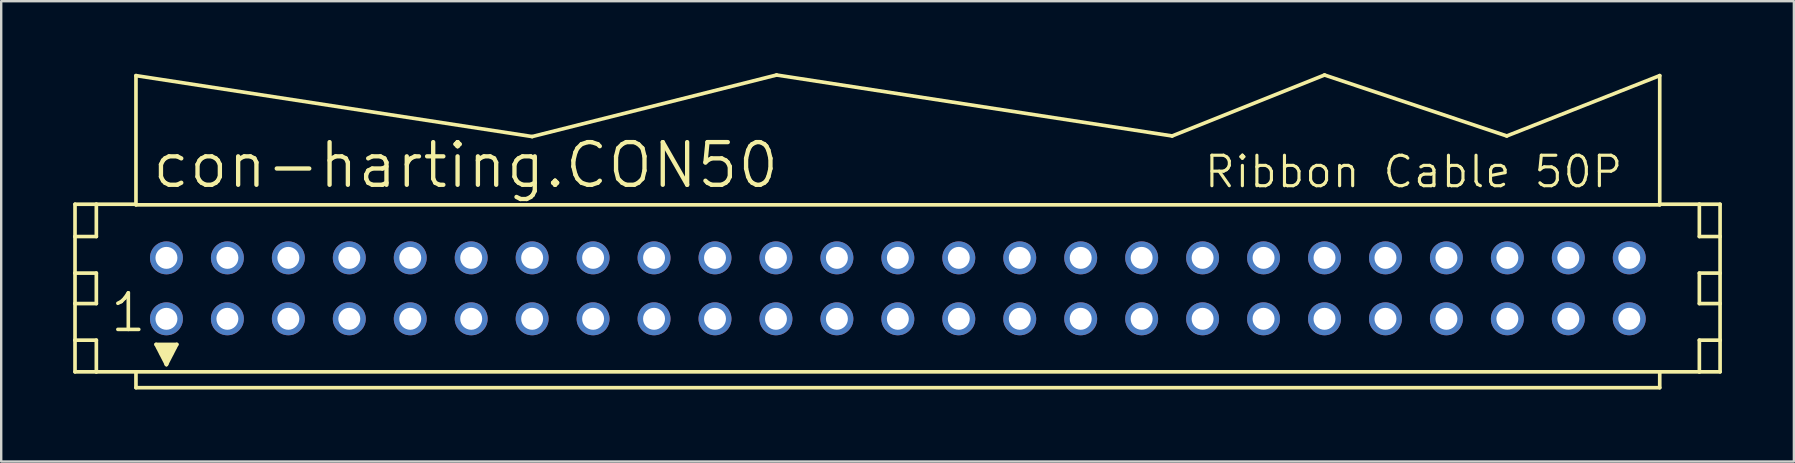
<source format=kicad_pcb>
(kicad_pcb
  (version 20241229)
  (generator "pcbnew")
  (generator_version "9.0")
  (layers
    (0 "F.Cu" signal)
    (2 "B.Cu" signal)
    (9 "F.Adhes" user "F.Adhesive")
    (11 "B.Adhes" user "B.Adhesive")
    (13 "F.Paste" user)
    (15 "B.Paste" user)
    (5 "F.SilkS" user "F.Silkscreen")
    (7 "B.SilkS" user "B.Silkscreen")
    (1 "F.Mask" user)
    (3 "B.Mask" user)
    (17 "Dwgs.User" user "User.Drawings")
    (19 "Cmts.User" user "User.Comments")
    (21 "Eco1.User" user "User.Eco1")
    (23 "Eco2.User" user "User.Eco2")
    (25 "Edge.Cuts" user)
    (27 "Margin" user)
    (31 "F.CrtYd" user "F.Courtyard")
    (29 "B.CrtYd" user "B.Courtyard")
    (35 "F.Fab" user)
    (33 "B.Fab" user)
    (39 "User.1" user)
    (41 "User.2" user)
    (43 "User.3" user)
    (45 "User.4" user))
  (footprint "con-harting.CON50"
    (layer "F.Cu")
    (at 34.366 8.966)
    (property "Reference" "con-harting.CON50" (at -31.166 -4.089 0) (layer "F.SilkS") (effects (font (size 1.778 1.778) (thickness 0.18)) (justify left bottom)))
    (attr through_hole)
    (fp_line (start -34.29 -3.505) (end -34.29 -2.159) (stroke (width 0.152) (type default)) (layer "F.SilkS"))
    (fp_line (start -34.29 -2.159) (end -34.29 -0.635) (stroke (width 0.152) (type default)) (layer "F.SilkS"))
    (fp_line (start -34.29 -2.159) (end -33.401 -2.159) (stroke (width 0.152) (type default)) (layer "F.SilkS"))
    (fp_line (start -34.29 -0.635) (end -34.29 0.635) (stroke (width 0.152) (type default)) (layer "F.SilkS"))
    (fp_line (start -34.29 -0.635) (end -33.401 -0.635) (stroke (width 0.152) (type default)) (layer "F.SilkS"))
    (fp_line (start -34.29 0.635) (end -34.29 2.159) (stroke (width 0.152) (type default)) (layer "F.SilkS"))
    (fp_line (start -34.29 0.635) (end -33.401 0.635) (stroke (width 0.152) (type default)) (layer "F.SilkS"))
    (fp_line (start -34.29 2.159) (end -34.29 3.48) (stroke (width 0.152) (type default)) (layer "F.SilkS"))
    (fp_line (start -34.29 2.159) (end -33.401 2.159) (stroke (width 0.152) (type default)) (layer "F.SilkS"))
    (fp_line (start -34.29 3.48) (end -33.401 3.48) (stroke (width 0.152) (type default)) (layer "F.SilkS"))
    (fp_line (start -33.401 -3.505) (end -34.29 -3.505) (stroke (width 0.152) (type default)) (layer "F.SilkS"))
    (fp_line (start -33.401 -3.505) (end -33.401 -2.159) (stroke (width 0.152) (type default)) (layer "F.SilkS"))
    (fp_line (start -33.401 -0.635) (end -33.401 0.635) (stroke (width 0.152) (type default)) (layer "F.SilkS"))
    (fp_line (start -33.401 2.159) (end -33.401 3.48) (stroke (width 0.152) (type default)) (layer "F.SilkS"))
    (fp_line (start -33.401 3.48) (end -31.75 3.48) (stroke (width 0.152) (type default)) (layer "F.SilkS"))
    (fp_line (start -31.75 -8.865) (end -15.24 -6.325) (stroke (width 0.152) (type default)) (layer "F.SilkS"))
    (fp_line (start -31.75 -3.505) (end -33.401 -3.505) (stroke (width 0.152) (type default)) (layer "F.SilkS"))
    (fp_line (start -31.75 -3.505) (end -31.75 -8.865) (stroke (width 0.152) (type default)) (layer "F.SilkS"))
    (fp_line (start -31.75 -3.48) (end -31.75 -3.505) (stroke (width 0.152) (type default)) (layer "F.SilkS"))
    (fp_line (start -31.75 3.48) (end -31.75 4.14) (stroke (width 0.152) (type default)) (layer "F.SilkS"))
    (fp_line (start -31.75 3.48) (end 31.75 3.48) (stroke (width 0.152) (type default)) (layer "F.SilkS"))
    (fp_line (start -31.75 4.14) (end 31.75 4.14) (stroke (width 0.152) (type default)) (layer "F.SilkS"))
    (fp_line (start -30.912 2.337) (end -30.048 2.337) (stroke (width 0.152) (type default)) (layer "F.SilkS"))
    (fp_line (start -30.48 3.175) (end -30.912 2.337) (stroke (width 0.152) (type default)) (layer "F.SilkS"))
    (fp_line (start -30.48 3.175) (end -30.48 2.921) (stroke (width 0.152) (type default)) (layer "F.SilkS"))
    (fp_line (start -30.048 2.337) (end -30.48 3.175) (stroke (width 0.152) (type default)) (layer "F.SilkS"))
    (fp_line (start -15.24 -6.325) (end -5.055 -8.89) (stroke (width 0.152) (type default)) (layer "F.SilkS"))
    (fp_line (start 11.43 -6.35) (end -5.055 -8.89) (stroke (width 0.152) (type default)) (layer "F.SilkS"))
    (fp_line (start 17.78 -8.89) (end 11.43 -6.35) (stroke (width 0.152) (type default)) (layer "F.SilkS"))
    (fp_line (start 25.375 -6.35) (end 17.78 -8.89) (stroke (width 0.152) (type default)) (layer "F.SilkS"))
    (fp_line (start 31.75 -8.865) (end 25.375 -6.35) (stroke (width 0.152) (type default)) (layer "F.SilkS"))
    (fp_line (start 31.75 -8.865) (end 31.75 -3.505) (stroke (width 0.152) (type default)) (layer "F.SilkS"))
    (fp_line (start 31.75 -3.505) (end 31.75 -3.48) (stroke (width 0.152) (type default)) (layer "F.SilkS"))
    (fp_line (start 31.75 -3.48) (end -31.75 -3.48) (stroke (width 0.152) (type default)) (layer "F.SilkS"))
    (fp_line (start 31.75 3.48) (end 33.401 3.48) (stroke (width 0.152) (type default)) (layer "F.SilkS"))
    (fp_line (start 31.75 4.14) (end 31.75 3.48) (stroke (width 0.152) (type default)) (layer "F.SilkS"))
    (fp_line (start 33.401 -3.505) (end 31.75 -3.505) (stroke (width 0.152) (type default)) (layer "F.SilkS"))
    (fp_line (start 33.401 -3.505) (end 33.401 -2.159) (stroke (width 0.152) (type default)) (layer "F.SilkS"))
    (fp_line (start 33.401 -2.159) (end 34.265 -2.159) (stroke (width 0.152) (type default)) (layer "F.SilkS"))
    (fp_line (start 33.401 -0.635) (end 33.401 0.635) (stroke (width 0.152) (type default)) (layer "F.SilkS"))
    (fp_line (start 33.401 -0.635) (end 34.265 -0.635) (stroke (width 0.152) (type default)) (layer "F.SilkS"))
    (fp_line (start 33.401 0.635) (end 34.265 0.635) (stroke (width 0.152) (type default)) (layer "F.SilkS"))
    (fp_line (start 33.401 2.159) (end 33.401 3.48) (stroke (width 0.152) (type default)) (layer "F.SilkS"))
    (fp_line (start 33.401 2.159) (end 34.265 2.159) (stroke (width 0.152) (type default)) (layer "F.SilkS"))
    (fp_line (start 33.401 3.48) (end 34.265 3.48) (stroke (width 0.152) (type default)) (layer "F.SilkS"))
    (fp_line (start 34.265 -3.505) (end 33.401 -3.505) (stroke (width 0.152) (type default)) (layer "F.SilkS"))
    (fp_line (start 34.265 -2.159) (end 34.265 -3.505) (stroke (width 0.152) (type default)) (layer "F.SilkS"))
    (fp_line (start 34.265 -0.635) (end 34.265 -2.159) (stroke (width 0.152) (type default)) (layer "F.SilkS"))
    (fp_line (start 34.265 0.635) (end 34.265 -0.635) (stroke (width 0.152) (type default)) (layer "F.SilkS"))
    (fp_line (start 34.265 2.159) (end 34.265 0.635) (stroke (width 0.152) (type default)) (layer "F.SilkS"))
    (fp_line (start 34.265 3.48) (end 34.265 2.159) (stroke (width 0.152) (type default)) (layer "F.SilkS"))
    (fp_rect (start -30.861 2.515) (end -30.48 2.388) (stroke (width 0.05) (type default)) (fill yes) (layer "F.SilkS"))
    (fp_rect (start -30.734 2.769) (end -30.226 2.515) (stroke (width 0.05) (type default)) (fill yes) (layer "F.SilkS"))
    (fp_rect (start -30.607 2.972) (end -30.353 2.718) (stroke (width 0.05) (type default)) (fill yes) (layer "F.SilkS"))
    (fp_rect (start -30.48 2.515) (end -30.099 2.388) (stroke (width 0.05) (type default)) (fill yes) (layer "F.SilkS"))
    (fp_text user "Ribbon Cable 50P" (at 12.7 -4.115 0) (layer "F.SilkS") (effects (font (size 1.27 1.27) (thickness 0.13)) (justify left bottom)))
    (fp_text user "1" (at -32.893 1.905 0) (layer "F.SilkS") (effects (font (size 1.524 1.524) (thickness 0.15)) (justify left bottom)))
    (pad "1" thru_hole circle (at -30.48 1.27) (size 1.372 1.372) (drill 0.914) (layers "*.Cu" "*.Mask"))
    (pad "2" thru_hole circle (at -30.48 -1.27) (size 1.372 1.372) (drill 0.914) (layers "*.Cu" "*.Mask"))
    (pad "3" thru_hole circle (at -27.94 1.27) (size 1.372 1.372) (drill 0.914) (layers "*.Cu" "*.Mask"))
    (pad "4" thru_hole circle (at -27.94 -1.27) (size 1.372 1.372) (drill 0.914) (layers "*.Cu" "*.Mask"))
    (pad "5" thru_hole circle (at -25.4 1.27) (size 1.372 1.372) (drill 0.914) (layers "*.Cu" "*.Mask"))
    (pad "6" thru_hole circle (at -25.4 -1.27) (size 1.372 1.372) (drill 0.914) (layers "*.Cu" "*.Mask"))
    (pad "7" thru_hole circle (at -22.86 1.27) (size 1.372 1.372) (drill 0.914) (layers "*.Cu" "*.Mask"))
    (pad "8" thru_hole circle (at -22.86 -1.27) (size 1.372 1.372) (drill 0.914) (layers "*.Cu" "*.Mask"))
    (pad "9" thru_hole circle (at -20.32 1.27) (size 1.372 1.372) (drill 0.914) (layers "*.Cu" "*.Mask"))
    (pad "10" thru_hole circle (at -20.32 -1.27) (size 1.372 1.372) (drill 0.914) (layers "*.Cu" "*.Mask"))
    (pad "11" thru_hole circle (at -17.78 1.27) (size 1.372 1.372) (drill 0.914) (layers "*.Cu" "*.Mask"))
    (pad "12" thru_hole circle (at -17.78 -1.27) (size 1.372 1.372) (drill 0.914) (layers "*.Cu" "*.Mask"))
    (pad "13" thru_hole circle (at -15.24 1.27) (size 1.372 1.372) (drill 0.914) (layers "*.Cu" "*.Mask"))
    (pad "14" thru_hole circle (at -15.24 -1.27) (size 1.372 1.372) (drill 0.914) (layers "*.Cu" "*.Mask"))
    (pad "15" thru_hole circle (at -12.7 1.27) (size 1.372 1.372) (drill 0.914) (layers "*.Cu" "*.Mask"))
    (pad "16" thru_hole circle (at -12.7 -1.27) (size 1.372 1.372) (drill 0.914) (layers "*.Cu" "*.Mask"))
    (pad "17" thru_hole circle (at -10.16 1.27) (size 1.372 1.372) (drill 0.914) (layers "*.Cu" "*.Mask"))
    (pad "18" thru_hole circle (at -10.16 -1.27) (size 1.372 1.372) (drill 0.914) (layers "*.Cu" "*.Mask"))
    (pad "19" thru_hole circle (at -7.62 1.27) (size 1.372 1.372) (drill 0.914) (layers "*.Cu" "*.Mask"))
    (pad "20" thru_hole circle (at -7.62 -1.27) (size 1.372 1.372) (drill 0.914) (layers "*.Cu" "*.Mask"))
    (pad "21" thru_hole circle (at -5.08 1.27) (size 1.372 1.372) (drill 0.914) (layers "*.Cu" "*.Mask"))
    (pad "22" thru_hole circle (at -5.08 -1.27) (size 1.372 1.372) (drill 0.914) (layers "*.Cu" "*.Mask"))
    (pad "23" thru_hole circle (at -2.54 1.27) (size 1.372 1.372) (drill 0.914) (layers "*.Cu" "*.Mask"))
    (pad "24" thru_hole circle (at -2.54 -1.27) (size 1.372 1.372) (drill 0.914) (layers "*.Cu" "*.Mask"))
    (pad "25" thru_hole circle (at 0 1.27) (size 1.372 1.372) (drill 0.914) (layers "*.Cu" "*.Mask"))
    (pad "26" thru_hole circle (at 0 -1.27) (size 1.372 1.372) (drill 0.914) (layers "*.Cu" "*.Mask"))
    (pad "27" thru_hole circle (at 2.54 1.27) (size 1.372 1.372) (drill 0.914) (layers "*.Cu" "*.Mask"))
    (pad "28" thru_hole circle (at 2.54 -1.27) (size 1.372 1.372) (drill 0.914) (layers "*.Cu" "*.Mask"))
    (pad "29" thru_hole circle (at 5.08 1.27) (size 1.372 1.372) (drill 0.914) (layers "*.Cu" "*.Mask"))
    (pad "30" thru_hole circle (at 5.08 -1.27) (size 1.372 1.372) (drill 0.914) (layers "*.Cu" "*.Mask"))
    (pad "31" thru_hole circle (at 7.62 1.27) (size 1.372 1.372) (drill 0.914) (layers "*.Cu" "*.Mask"))
    (pad "32" thru_hole circle (at 7.62 -1.27) (size 1.372 1.372) (drill 0.914) (layers "*.Cu" "*.Mask"))
    (pad "33" thru_hole circle (at 10.16 1.27) (size 1.372 1.372) (drill 0.914) (layers "*.Cu" "*.Mask"))
    (pad "34" thru_hole circle (at 10.16 -1.27) (size 1.372 1.372) (drill 0.914) (layers "*.Cu" "*.Mask"))
    (pad "35" thru_hole circle (at 12.7 1.27) (size 1.372 1.372) (drill 0.914) (layers "*.Cu" "*.Mask"))
    (pad "36" thru_hole circle (at 12.7 -1.27) (size 1.372 1.372) (drill 0.914) (layers "*.Cu" "*.Mask"))
    (pad "37" thru_hole circle (at 15.24 1.27) (size 1.372 1.372) (drill 0.914) (layers "*.Cu" "*.Mask"))
    (pad "38" thru_hole circle (at 15.24 -1.27) (size 1.372 1.372) (drill 0.914) (layers "*.Cu" "*.Mask"))
    (pad "39" thru_hole circle (at 17.78 1.27) (size 1.372 1.372) (drill 0.914) (layers "*.Cu" "*.Mask"))
    (pad "40" thru_hole circle (at 17.78 -1.27) (size 1.372 1.372) (drill 0.914) (layers "*.Cu" "*.Mask"))
    (pad "41" thru_hole circle (at 20.32 1.27) (size 1.372 1.372) (drill 0.914) (layers "*.Cu" "*.Mask"))
    (pad "42" thru_hole circle (at 20.32 -1.27) (size 1.372 1.372) (drill 0.914) (layers "*.Cu" "*.Mask"))
    (pad "43" thru_hole circle (at 22.86 1.27) (size 1.372 1.372) (drill 0.914) (layers "*.Cu" "*.Mask"))
    (pad "44" thru_hole circle (at 22.86 -1.27) (size 1.372 1.372) (drill 0.914) (layers "*.Cu" "*.Mask"))
    (pad "45" thru_hole circle (at 25.4 1.27) (size 1.372 1.372) (drill 0.914) (layers "*.Cu" "*.Mask"))
    (pad "46" thru_hole circle (at 25.4 -1.27) (size 1.372 1.372) (drill 0.914) (layers "*.Cu" "*.Mask"))
    (pad "47" thru_hole circle (at 27.94 1.27) (size 1.372 1.372) (drill 0.914) (layers "*.Cu" "*.Mask"))
    (pad "48" thru_hole circle (at 27.94 -1.27) (size 1.372 1.372) (drill 0.914) (layers "*.Cu" "*.Mask"))
    (pad "49" thru_hole circle (at 30.48 1.27) (size 1.372 1.372) (drill 0.914) (layers "*.Cu" "*.Mask"))
    (pad "50" thru_hole circle (at 30.48 -1.27) (size 1.372 1.372) (drill 0.914) (layers "*.Cu" "*.Mask")))
  (gr_rect
    (start -3 -3)
    (end 71.707 16.183)
    (stroke (width 0.1) (type default))
    (fill no)
    (layer "Edge.Cuts")))
</source>
